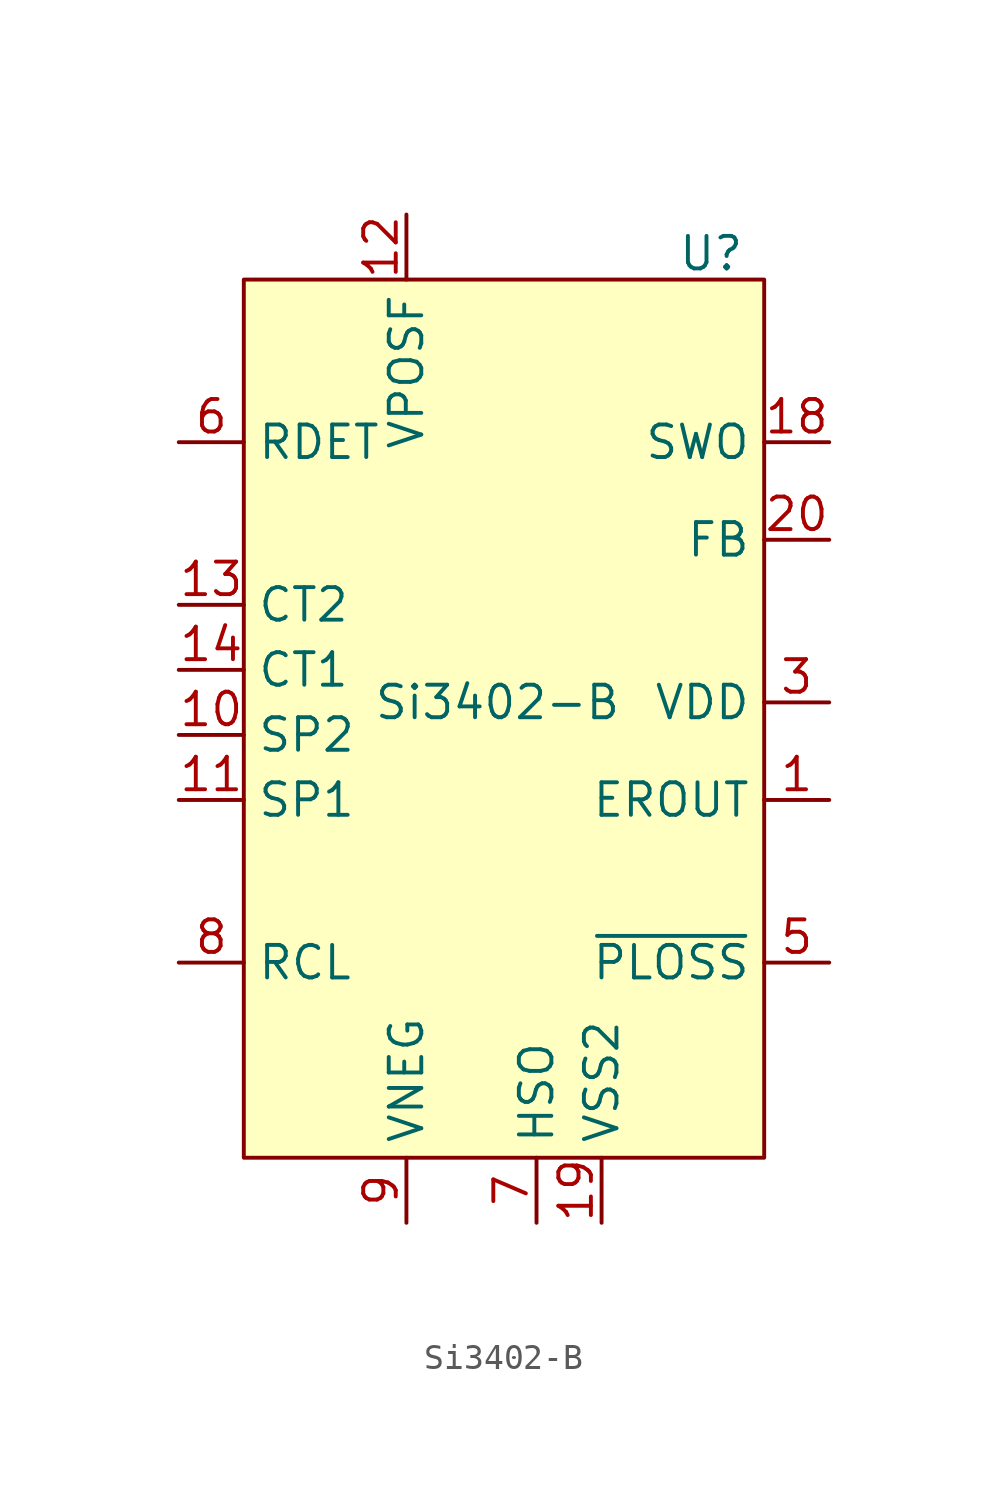
<source format=kicad_sym>
(kicad_symbol_lib
  (version 20231120)
  (generator "kicad_symbol_editor")
  (generator_version "8.0")
  (symbol "Si3402-B"
    (property "Reference" "U"
      (at 9.398 17.526 0)
      (do_not_autoplace)
      (effects (font (size 1.27 1.27)) (justify right)))
    (property "Value" "Si3402-B"
      (at -0.254 0 0)
      (do_not_autoplace)
      (effects (font (size 1.27 1.27))))
    (symbol "Si3402-B_0_0"
      (pin input line (at 12.7 -3.81 180) (length 2.54) (name "EROUT" (effects (font (size 1.27 1.27)))) (number "1" (effects (font (size 1.27 1.27)))))
      (pin power_in line (at -12.7 -1.27 0) (length 2.54) (name "SP2" (effects (font (size 1.27 1.27)))) (number "10" (effects (font (size 1.27 1.27)))))
      (pin power_in line (at -12.7 -3.81 0) (length 2.54) (name "SP1" (effects (font (size 1.27 1.27)))) (number "11" (effects (font (size 1.27 1.27)))))
      (pin power_out line (at -3.81 19.05 270) (length 2.54) (name "VPOSF" (effects (font (size 1.27 1.27)))) (number "12" (effects (font (size 1.27 1.27)))))
      (pin power_in line (at -12.7 3.81 0) (length 2.54) (name "CT2" (effects (font (size 1.27 1.27)))) (number "13" (effects (font (size 1.27 1.27)))))
      (pin power_in line (at -12.7 1.27 0) (length 2.54) (name "CT1" (effects (font (size 1.27 1.27)))) (number "14" (effects (font (size 1.27 1.27)))))
      (pin output line (at 12.7 10.16 180) (length 2.54) (name "SWO" (effects (font (size 1.27 1.27)))) (number "18" (effects (font (size 1.27 1.27)))))
      (pin power_in line (at 3.81 -20.32 90) (length 2.54) (name "VSS2" (effects (font (size 1.27 1.27)))) (number "19" (effects (font (size 1.27 1.27)))))
      (pin input line (at 12.7 6.35 180) (length 2.54) (name "FB" (effects (font (size 1.27 1.27)))) (number "20" (effects (font (size 1.27 1.27)))))
      (pin power_out line (at 12.7 0 180) (length 2.54) (name "VDD" (effects (font (size 1.27 1.27)))) (number "3" (effects (font (size 1.27 1.27)))))
      (pin input line (at -12.7 10.16 0) (length 2.54) (name "RDET" (effects (font (size 1.27 1.27)))) (number "6" (effects (font (size 1.27 1.27)))))
      (pin power_out line (at 1.27 -20.32 90) (length 2.54) (name "HSO" (effects (font (size 1.27 1.27)))) (number "7" (effects (font (size 1.27 1.27)))))
      (pin input line (at -12.7 -10.16 0) (length 2.54) (name "RCL" (effects (font (size 1.27 1.27)))) (number "8" (effects (font (size 1.27 1.27)))))
      (pin power_out line (at -3.81 -20.32 90) (length 2.54) (name "VNEG" (effects (font (size 1.27 1.27)))) (number "9" (effects (font (size 1.27 1.27))))))
    (symbol "Si3402-B_1_0"
      (pin power_out line (at -3.81 -20.32 90) (length 2.54) hide (name "VNEG" (effects (font (size 1.27 1.27)))) (number "21" (effects (font (size 1.27 1.27)))))
      (pin open_collector line (at 12.7 -10.16 180) (length 2.54) (name "~{PLOSS}" (effects (font (size 1.27 1.27)))) (number "5" (effects (font (size 1.27 1.27))))))
    (symbol "Si3402-B_1_1"
      (rectangle (start -10.16 16.51) (end 10.16 -17.78) (stroke (width 0) (type default)) (fill (type background))))))
</source>
